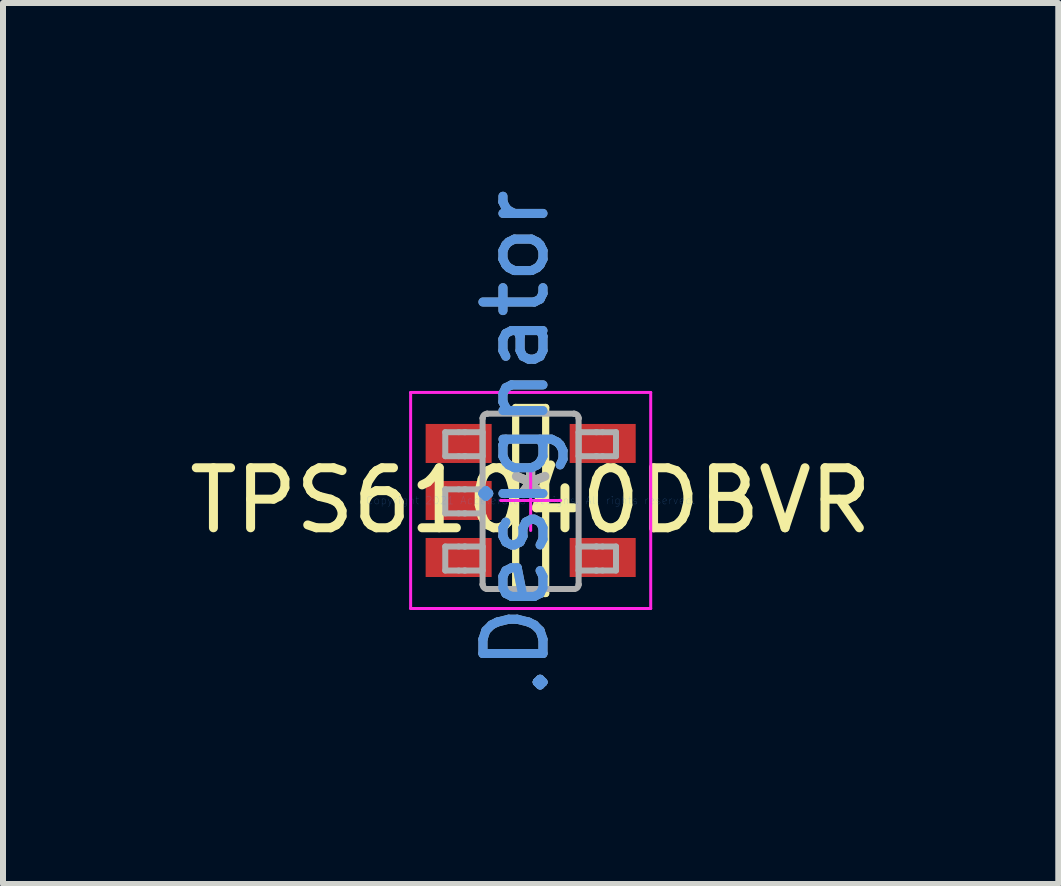
<source format=kicad_pcb>
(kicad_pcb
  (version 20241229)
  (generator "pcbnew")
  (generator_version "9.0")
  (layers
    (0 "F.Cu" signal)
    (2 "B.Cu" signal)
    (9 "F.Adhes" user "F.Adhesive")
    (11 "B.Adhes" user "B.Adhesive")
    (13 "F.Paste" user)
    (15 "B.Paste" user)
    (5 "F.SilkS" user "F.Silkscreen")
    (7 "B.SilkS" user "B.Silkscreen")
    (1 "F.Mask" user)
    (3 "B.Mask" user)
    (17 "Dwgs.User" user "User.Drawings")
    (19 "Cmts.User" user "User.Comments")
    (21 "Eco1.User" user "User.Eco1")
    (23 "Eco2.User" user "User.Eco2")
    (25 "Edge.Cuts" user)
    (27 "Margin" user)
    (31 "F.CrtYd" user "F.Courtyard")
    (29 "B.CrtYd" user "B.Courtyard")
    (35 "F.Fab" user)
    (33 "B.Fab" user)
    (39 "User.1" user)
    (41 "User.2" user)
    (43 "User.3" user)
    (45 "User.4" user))
  (footprint "TPS61040DBVR"
    (layer "F.Cu")
    (at 5.792 5.289)
    (property "Reference" "TPS61040DBVR" (at 0 0 0) (layer "F.SilkS") (effects (font (size 1 1) (thickness 0.15))))
    (attr through_hole)
    (fp_line (start -0.25 -1.55) (end 0.25 -1.55) (stroke (width 0.12) (type solid)) (layer "F.SilkS"))
    (fp_line (start -0.25 1.55) (end -0.25 -1.55) (stroke (width 0.12) (type solid)) (layer "F.SilkS"))
    (fp_line (start -0.25 1.55) (end 0.25 1.55) (stroke (width 0.12) (type solid)) (layer "F.SilkS"))
    (fp_line (start 0.25 1.55) (end 0.25 -1.55) (stroke (width 0.12) (type solid)) (layer "F.SilkS"))
    (fp_line (start -2 -1.8) (end 2 -1.8) (stroke (width 0.05) (type solid)) (layer "F.CrtYd"))
    (fp_line (start -2 1.8) (end -2 -1.8) (stroke (width 0.05) (type solid)) (layer "F.CrtYd"))
    (fp_line (start -2 1.8) (end 2 1.8) (stroke (width 0.05) (type solid)) (layer "F.CrtYd"))
    (fp_line (start -0.5 0) (end 0.5 0) (stroke (width 0.05) (type solid)) (layer "F.CrtYd"))
    (fp_line (start 0 0.5) (end 0 -0.5) (stroke (width 0.05) (type solid)) (layer "F.CrtYd"))
    (fp_line (start 2 1.8) (end 2 -1.8) (stroke (width 0.05) (type solid)) (layer "F.CrtYd"))
    (fp_line (start -1.423 -1.138) (end -1.199 -1.138) (stroke (width 0.1) (type solid)) (layer "F.Fab"))
    (fp_line (start -1.423 -0.738) (end -1.423 -1.138) (stroke (width 0.1) (type solid)) (layer "F.Fab"))
    (fp_line (start -1.423 -0.738) (end -1.199 -0.738) (stroke (width 0.1) (type solid)) (layer "F.Fab"))
    (fp_line (start -1.423 -0.186) (end -1.199 -0.186) (stroke (width 0.1) (type solid)) (layer "F.Fab"))
    (fp_line (start -1.423 0.215) (end -1.423 -0.186) (stroke (width 0.1) (type solid)) (layer "F.Fab"))
    (fp_line (start -1.423 0.215) (end -1.199 0.215) (stroke (width 0.1) (type solid)) (layer "F.Fab"))
    (fp_line (start -1.423 0.767) (end -1.199 0.767) (stroke (width 0.1) (type solid)) (layer "F.Fab"))
    (fp_line (start -1.423 1.167) (end -1.423 0.767) (stroke (width 0.1) (type solid)) (layer "F.Fab"))
    (fp_line (start -1.423 1.167) (end -1.199 1.167) (stroke (width 0.1) (type solid)) (layer "F.Fab"))
    (fp_line (start -1.199 -1.138) (end -1.105 -1.138) (stroke (width 0.1) (type solid)) (layer "F.Fab"))
    (fp_line (start -1.199 -0.738) (end -1.105 -0.738) (stroke (width 0.1) (type solid)) (layer "F.Fab"))
    (fp_line (start -1.199 -0.186) (end -1.105 -0.186) (stroke (width 0.1) (type solid)) (layer "F.Fab"))
    (fp_line (start -1.199 0.215) (end -1.105 0.215) (stroke (width 0.1) (type solid)) (layer "F.Fab"))
    (fp_line (start -1.199 0.767) (end -1.105 0.767) (stroke (width 0.1) (type solid)) (layer "F.Fab"))
    (fp_line (start -1.199 1.167) (end -1.105 1.167) (stroke (width 0.1) (type solid)) (layer "F.Fab"))
    (fp_line (start -1.105 -1.138) (end -1.088 -1.138) (stroke (width 0.1) (type solid)) (layer "F.Fab"))
    (fp_line (start -1.105 -0.738) (end -1.088 -0.738) (stroke (width 0.1) (type solid)) (layer "F.Fab"))
    (fp_line (start -1.105 -0.186) (end -1.088 -0.186) (stroke (width 0.1) (type solid)) (layer "F.Fab"))
    (fp_line (start -1.105 0.215) (end -1.088 0.215) (stroke (width 0.1) (type solid)) (layer "F.Fab"))
    (fp_line (start -1.105 0.767) (end -1.088 0.767) (stroke (width 0.1) (type solid)) (layer "F.Fab"))
    (fp_line (start -1.105 1.167) (end -1.088 1.167) (stroke (width 0.1) (type solid)) (layer "F.Fab"))
    (fp_line (start -1.088 -1.138) (end -0.835 -1.138) (stroke (width 0.1) (type solid)) (layer "F.Fab"))
    (fp_line (start -1.088 -0.738) (end -0.835 -0.738) (stroke (width 0.1) (type solid)) (layer "F.Fab"))
    (fp_line (start -1.088 -0.186) (end -0.835 -0.186) (stroke (width 0.1) (type solid)) (layer "F.Fab"))
    (fp_line (start -1.088 0.215) (end -0.835 0.215) (stroke (width 0.1) (type solid)) (layer "F.Fab"))
    (fp_line (start -1.088 0.767) (end -0.835 0.767) (stroke (width 0.1) (type solid)) (layer "F.Fab"))
    (fp_line (start -1.088 1.167) (end -0.835 1.167) (stroke (width 0.1) (type solid)) (layer "F.Fab"))
    (fp_line (start -0.835 -1.138) (end -0.801 -1.138) (stroke (width 0.1) (type solid)) (layer "F.Fab"))
    (fp_line (start -0.835 -0.738) (end -0.801 -0.738) (stroke (width 0.1) (type solid)) (layer "F.Fab"))
    (fp_line (start -0.835 -0.186) (end -0.801 -0.186) (stroke (width 0.1) (type solid)) (layer "F.Fab"))
    (fp_line (start -0.835 0.215) (end -0.801 0.215) (stroke (width 0.1) (type solid)) (layer "F.Fab"))
    (fp_line (start -0.835 0.767) (end -0.801 0.767) (stroke (width 0.1) (type solid)) (layer "F.Fab"))
    (fp_line (start -0.835 1.167) (end -0.801 1.167) (stroke (width 0.1) (type solid)) (layer "F.Fab"))
    (fp_line (start -0.801 -1.37) (end -0.801 -1.371) (stroke (width 0.1) (type solid)) (layer "F.Fab"))
    (fp_line (start -0.801 -0.738) (end -0.801 -1.138) (stroke (width 0.1) (type solid)) (layer "F.Fab"))
    (fp_line (start -0.801 0.215) (end -0.801 -0.186) (stroke (width 0.1) (type solid)) (layer "F.Fab"))
    (fp_line (start -0.801 1.167) (end -0.801 0.767) (stroke (width 0.1) (type solid)) (layer "F.Fab"))
    (fp_line (start -0.801 1.399) (end -0.801 -1.37) (stroke (width 0.1) (type solid)) (layer "F.Fab"))
    (fp_line (start -0.801 1.4) (end -0.801 1.399) (stroke (width 0.1) (type solid)) (layer "F.Fab"))
    (fp_line (start -0.725 -1.446) (end -0.725 -1.446) (stroke (width 0.1) (type solid)) (layer "F.Fab"))
    (fp_line (start -0.725 1.475) (end -0.725 1.475) (stroke (width 0.1) (type solid)) (layer "F.Fab"))
    (fp_line (start -0.725 -1.446) (end 0.723 -1.446) (stroke (width 0.1) (type solid)) (layer "F.Fab"))
    (fp_line (start -0.725 1.475) (end 0.723 1.475) (stroke (width 0.1) (type solid)) (layer "F.Fab"))
    (fp_line (start 0.723 -1.446) (end 0.724 -1.446) (stroke (width 0.1) (type solid)) (layer "F.Fab"))
    (fp_line (start 0.723 1.475) (end 0.724 1.475) (stroke (width 0.1) (type solid)) (layer "F.Fab"))
    (fp_line (start 0.799 -1.37) (end 0.799 -1.371) (stroke (width 0.1) (type solid)) (layer "F.Fab"))
    (fp_line (start 0.799 -1.138) (end 0.834 -1.138) (stroke (width 0.1) (type solid)) (layer "F.Fab"))
    (fp_line (start 0.799 -0.738) (end 0.799 -1.138) (stroke (width 0.1) (type solid)) (layer "F.Fab"))
    (fp_line (start 0.799 -0.738) (end 0.834 -0.738) (stroke (width 0.1) (type solid)) (layer "F.Fab"))
    (fp_line (start 0.799 0.767) (end 0.834 0.767) (stroke (width 0.1) (type solid)) (layer "F.Fab"))
    (fp_line (start 0.799 1.167) (end 0.799 0.767) (stroke (width 0.1) (type solid)) (layer "F.Fab"))
    (fp_line (start 0.799 1.167) (end 0.834 1.167) (stroke (width 0.1) (type solid)) (layer "F.Fab"))
    (fp_line (start 0.799 1.399) (end 0.799 -1.37) (stroke (width 0.1) (type solid)) (layer "F.Fab"))
    (fp_line (start 0.799 1.4) (end 0.799 1.399) (stroke (width 0.1) (type solid)) (layer "F.Fab"))
    (fp_line (start 0.834 -1.138) (end 1.087 -1.138) (stroke (width 0.1) (type solid)) (layer "F.Fab"))
    (fp_line (start 0.834 -0.738) (end 1.087 -0.738) (stroke (width 0.1) (type solid)) (layer "F.Fab"))
    (fp_line (start 0.834 0.767) (end 1.087 0.767) (stroke (width 0.1) (type solid)) (layer "F.Fab"))
    (fp_line (start 0.834 1.167) (end 1.087 1.167) (stroke (width 0.1) (type solid)) (layer "F.Fab"))
    (fp_line (start 1.087 -1.138) (end 1.103 -1.138) (stroke (width 0.1) (type solid)) (layer "F.Fab"))
    (fp_line (start 1.087 -0.738) (end 1.103 -0.738) (stroke (width 0.1) (type solid)) (layer "F.Fab"))
    (fp_line (start 1.087 0.767) (end 1.103 0.767) (stroke (width 0.1) (type solid)) (layer "F.Fab"))
    (fp_line (start 1.087 1.167) (end 1.103 1.167) (stroke (width 0.1) (type solid)) (layer "F.Fab"))
    (fp_line (start 1.103 -1.138) (end 1.198 -1.138) (stroke (width 0.1) (type solid)) (layer "F.Fab"))
    (fp_line (start 1.103 -0.738) (end 1.198 -0.738) (stroke (width 0.1) (type solid)) (layer "F.Fab"))
    (fp_line (start 1.103 0.767) (end 1.198 0.767) (stroke (width 0.1) (type solid)) (layer "F.Fab"))
    (fp_line (start 1.103 1.167) (end 1.198 1.167) (stroke (width 0.1) (type solid)) (layer "F.Fab"))
    (fp_line (start 1.198 -1.138) (end 1.422 -1.138) (stroke (width 0.1) (type solid)) (layer "F.Fab"))
    (fp_line (start 1.198 -0.738) (end 1.422 -0.738) (stroke (width 0.1) (type solid)) (layer "F.Fab"))
    (fp_line (start 1.198 0.767) (end 1.422 0.767) (stroke (width 0.1) (type solid)) (layer "F.Fab"))
    (fp_line (start 1.198 1.167) (end 1.422 1.167) (stroke (width 0.1) (type solid)) (layer "F.Fab"))
    (fp_line (start 1.422 -0.738) (end 1.422 -1.138) (stroke (width 0.1) (type solid)) (layer "F.Fab"))
    (fp_line (start 1.422 1.167) (end 1.422 0.767) (stroke (width 0.1) (type solid)) (layer "F.Fab"))
    (fp_arc (start -0.80074 -1.370841) (mid -0.778218 -1.423887) (end -0.724999 -1.445998) (stroke (width 0.1) (type solid)) (layer "F.Fab"))
    (fp_arc (start -0.724999 1.474999) (mid -0.778213 1.452901) (end -0.80074 1.399867) (stroke (width 0.1) (type solid)) (layer "F.Fab"))
    (fp_arc (start 0.723715 -1.445998) (mid 0.776933 -1.423886) (end 0.799455 -1.37084) (stroke (width 0.1) (type solid)) (layer "F.Fab"))
    (fp_arc (start 0.799456 1.399868) (mid 0.776928 1.452902) (end 0.723713 1.475) (stroke (width 0.1) (type solid)) (layer "F.Fab"))
    (fp_text user "*" (at 0 0 0) (layer "F.SilkS") (effects (font (size 1 1) (thickness 0.15))))
    (fp_text user ".Designator" (at -0.25 -0.95 270) (layer "Cmts.User") (effects (font (size 1 1) (thickness 0.15))))
    (fp_text user "Copyright 2021 Accelerated Designs. All rights reserved." (at 0 0 0) (layer "Cmts.User") (effects (font (size 0.127 0.127) (thickness 0.002))))
    (fp_text user ".Designator" (at -0.25 -0.95 270) (layer "F.Fab") (effects (font (size 1 1) (thickness 0.15))))
    (fp_text user "*" (at 0 0 0) (layer "F.Fab") (effects (font (size 1 1) (thickness 0.15))))
    (pad "1" smd rect (at -1.2 -0.95 90) (size 0.65 1.1) (layers "F.Cu" "F.Mask" "F.Paste"))
    (pad "2" smd rect (at -1.2 0 90) (size 0.65 1.1) (layers "F.Cu" "F.Mask" "F.Paste"))
    (pad "3" smd rect (at -1.2 0.95 90) (size 0.65 1.1) (layers "F.Cu" "F.Mask" "F.Paste"))
    (pad "4" smd rect (at 1.2 0.95 90) (size 0.65 1.1) (layers "F.Cu" "F.Mask" "F.Paste"))
    (pad "5" smd rect (at 1.2 -0.95 90) (size 0.65 1.1) (layers "F.Cu" "F.Mask" "F.Paste")))
  (gr_rect
    (start -3 -3)
    (end 14.583 11.679)
    (stroke (width 0.1) (type default))
    (fill no)
    (layer "Edge.Cuts")))
</source>
